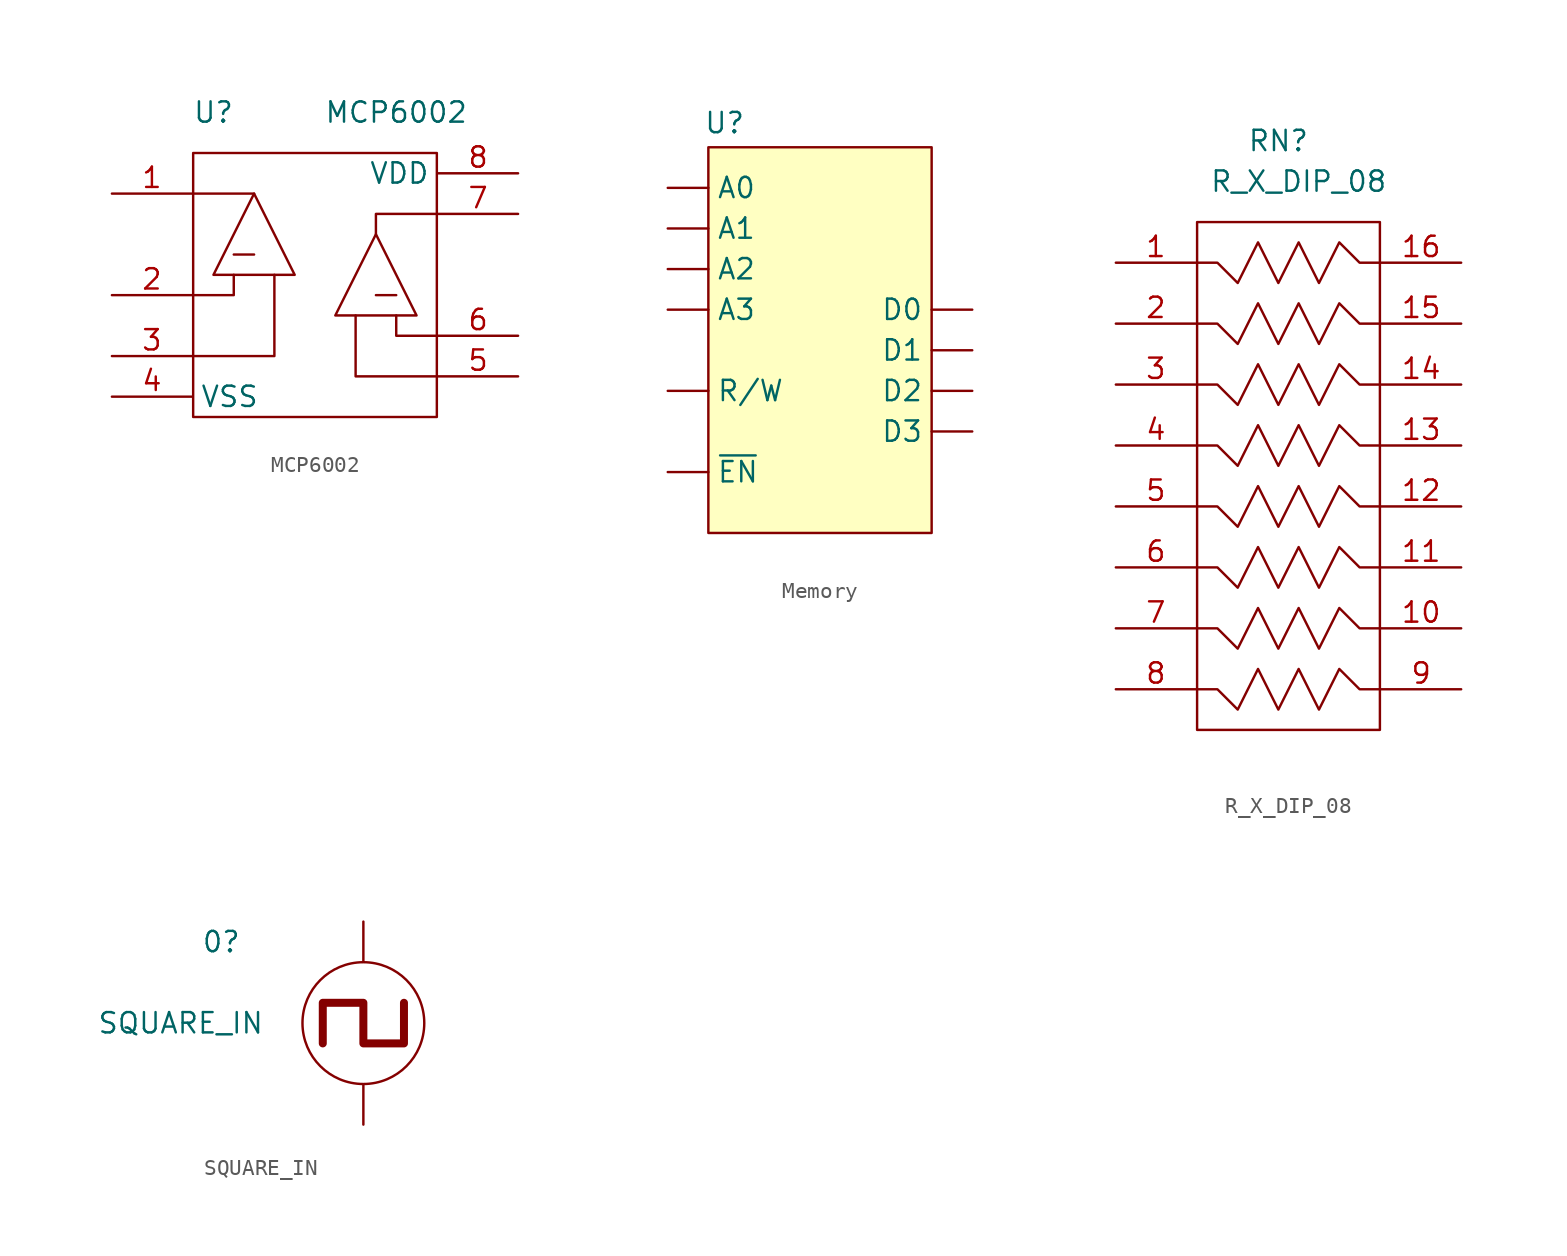
<source format=kicad_sym>
(kicad_symbol_lib
  (version 20231120)
  (generator "kicad_symbol_editor")
  (generator_version "8.0")
  (symbol "MCP6002"
    (property "Reference" "U"
      (at -3.81 2.54 0)
      (effects (font (size 1.27 1.27))))
    (property "Value" "MCP6002"
      (at 7.62 2.54 0)
      (effects (font (size 1.27 1.27))))
    (symbol "MCP6002_0_1"
      (rectangle (start -5.08 0) (end 10.16 -16.51) (stroke (width 0) (type default)) (fill (type none)))
      (polyline (pts (xy -2.54 -6.35) (xy -1.27 -6.35)) (stroke (width 0) (type default)) (fill (type none)))
      (polyline (pts (xy -1.27 -2.54) (xy -5.08 -2.54)) (stroke (width 0) (type default)) (fill (type none)))
      (polyline (pts (xy 6.35 -8.89) (xy 7.62 -8.89)) (stroke (width 0) (type default)) (fill (type none)))
      (polyline (pts (xy -2.54 -7.62) (xy -2.54 -8.89) (xy -5.08 -8.89)) (stroke (width 0) (type default)) (fill (type none)))
      (polyline (pts (xy 0 -7.62) (xy 0 -12.7) (xy -5.08 -12.7)) (stroke (width 0) (type default)) (fill (type none)))
      (polyline (pts (xy 5.08 -10.16) (xy 5.08 -13.97) (xy 10.16 -13.97)) (stroke (width 0) (type default)) (fill (type none)))
      (polyline (pts (xy 6.35 -5.08) (xy 6.35 -3.81) (xy 10.16 -3.81)) (stroke (width 0) (type default)) (fill (type none)))
      (polyline (pts (xy -1.27 -2.54) (xy -3.81 -7.62) (xy 1.27 -7.62) (xy -1.27 -2.54)) (stroke (width 0) (type default)) (fill (type none)))
      (polyline (pts (xy 6.35 -5.08) (xy 3.81 -10.16) (xy 8.89 -10.16) (xy 6.35 -5.08)) (stroke (width 0) (type default)) (fill (type none)))
      (polyline (pts (xy 7.62 -10.16) (xy 7.62 -11.43) (xy 10.16 -11.43) (xy 8.89 -11.43)) (stroke (width 0) (type default)) (fill (type none))))
    (symbol "MCP6002_1_1"
      (pin output line (at -10.16 -2.54 0) (length 5) (name "" (effects (font (size 1.27 1.27)))) (number "1" (effects (font (size 1.27 1.27)))))
      (pin input line (at -10.16 -8.89 0) (length 5) (name "" (effects (font (size 1.27 1.27)))) (number "2" (effects (font (size 1.27 1.27)))))
      (pin input line (at -10.16 -12.7 0) (length 5) (name "" (effects (font (size 1.27 1.27)))) (number "3" (effects (font (size 1.27 1.27)))))
      (pin input line (at -10.16 -15.24 0) (length 5) (name "VSS" (effects (font (size 1.27 1.27)))) (number "4" (effects (font (size 1.27 1.27)))))
      (pin input line (at 15.24 -13.97 180) (length 5) (name "" (effects (font (size 1.27 1.27)))) (number "5" (effects (font (size 1.27 1.27)))))
      (pin input line (at 15.24 -11.43 180) (length 5) (name "" (effects (font (size 1.27 1.27)))) (number "6" (effects (font (size 1.27 1.27)))))
      (pin output line (at 15.24 -3.81 180) (length 5) (name "" (effects (font (size 1.27 1.27)))) (number "7" (effects (font (size 1.27 1.27)))))
      (pin input line (at 15.24 -1.27 180) (length 5) (name "VDD" (effects (font (size 1.27 1.27)))) (number "8" (effects (font (size 1.27 1.27)))))))
  (symbol "Memory"
    (property "Reference" "U"
      (at 1.016 1.524 0)
      (effects (font (size 1.27 1.27))))
    (property "Value" ""
      (at 2.54 0 0)
      (effects (font (size 1.27 1.27))))
    (symbol "Memory_1_1"
      (rectangle (start 0 0) (end 13.97 -24.13) (stroke (width 0) (type default)) (fill (type background)))
      (pin input line (at -2.54 -2.54 0) (length 2.54) (name "A0" (effects (font (size 1.27 1.27)))) (number "" (effects (font (size 1.27 1.27)))))
      (pin input line (at -2.54 -5.08 0) (length 2.54) (name "A1" (effects (font (size 1.27 1.27)))) (number "" (effects (font (size 1.27 1.27)))))
      (pin input line (at -2.54 -7.62 0) (length 2.54) (name "A2" (effects (font (size 1.27 1.27)))) (number "" (effects (font (size 1.27 1.27)))))
      (pin input line (at -2.54 -10.16 0) (length 2.54) (name "A3" (effects (font (size 1.27 1.27)))) (number "" (effects (font (size 1.27 1.27)))))
      (pin input line (at 16.51 -10.16 180) (length 2.54) (name "D0" (effects (font (size 1.27 1.27)))) (number "" (effects (font (size 1.27 1.27)))))
      (pin input line (at 16.51 -12.7 180) (length 2.54) (name "D1" (effects (font (size 1.27 1.27)))) (number "" (effects (font (size 1.27 1.27)))))
      (pin input line (at 16.51 -15.24 180) (length 2.54) (name "D2" (effects (font (size 1.27 1.27)))) (number "" (effects (font (size 1.27 1.27)))))
      (pin input line (at 16.51 -17.78 180) (length 2.54) (name "D3" (effects (font (size 1.27 1.27)))) (number "" (effects (font (size 1.27 1.27)))))
      (pin input line (at -2.54 -15.24 0) (length 2.54) (name "R/W" (effects (font (size 1.27 1.27)))) (number "" (effects (font (size 1.27 1.27)))))
      (pin input line (at -2.54 -20.32 0) (length 2.54) (name "~{EN}" (effects (font (size 1.27 1.27)))) (number "" (effects (font (size 1.27 1.27)))))))
  (symbol "R_X_DIP_08"
    (property "Reference" "RN"
      (at 0 2.54 0)
      (effects (font (size 1.27 1.27))))
    (property "Value" "R_X_DIP_08"
      (at 1.27 0 0)
      (effects (font (size 1.27 1.27))))
    (symbol "R_X_DIP_08_0_1"
      (rectangle (start -5.08 -2.54) (end 6.35 -34.29) (stroke (width 0) (type default)) (fill (type none)))
      (polyline (pts (xy -5.08 -31.75) (xy -3.81 -31.75) (xy -2.54 -33.02) (xy -1.27 -30.48) (xy 0 -33.02) (xy 1.27 -30.48) (xy 2.54 -33.02) (xy 3.81 -30.48) (xy 5.08 -31.75) (xy 6.35 -31.75)) (stroke (width 0) (type default)) (fill (type none)))
      (polyline (pts (xy -5.08 -27.94) (xy -3.81 -27.94) (xy -2.54 -29.21) (xy -1.27 -26.67) (xy 0 -29.21) (xy 1.27 -26.67) (xy 2.54 -29.21) (xy 3.81 -26.67) (xy 5.08 -27.94) (xy 6.35 -27.94)) (stroke (width 0) (type default)) (fill (type none)))
      (polyline (pts (xy -5.08 -24.13) (xy -3.81 -24.13) (xy -2.54 -25.4) (xy -1.27 -22.86) (xy 0 -25.4) (xy 1.27 -22.86) (xy 2.54 -25.4) (xy 3.81 -22.86) (xy 5.08 -24.13) (xy 6.35 -24.13)) (stroke (width 0) (type default)) (fill (type none)))
      (polyline (pts (xy -5.08 -20.32) (xy -3.81 -20.32) (xy -2.54 -21.59) (xy -1.27 -19.05) (xy 0 -21.59) (xy 1.27 -19.05) (xy 2.54 -21.59) (xy 3.81 -19.05) (xy 5.08 -20.32) (xy 6.35 -20.32)) (stroke (width 0) (type default)) (fill (type none)))
      (polyline (pts (xy -5.08 -16.51) (xy -3.81 -16.51) (xy -2.54 -17.78) (xy -1.27 -15.24) (xy 0 -17.78) (xy 1.27 -15.24) (xy 2.54 -17.78) (xy 3.81 -15.24) (xy 5.08 -16.51) (xy 6.35 -16.51)) (stroke (width 0) (type default)) (fill (type none)))
      (polyline (pts (xy -5.08 -12.7) (xy -3.81 -12.7) (xy -2.54 -13.97) (xy -1.27 -11.43) (xy 0 -13.97) (xy 1.27 -11.43) (xy 2.54 -13.97) (xy 3.81 -11.43) (xy 5.08 -12.7) (xy 6.35 -12.7)) (stroke (width 0) (type default)) (fill (type none)))
      (polyline (pts (xy -5.08 -8.89) (xy -3.81 -8.89) (xy -2.54 -10.16) (xy -1.27 -7.62) (xy 0 -10.16) (xy 1.27 -7.62) (xy 2.54 -10.16) (xy 3.81 -7.62) (xy 5.08 -8.89) (xy 6.35 -8.89)) (stroke (width 0) (type default)) (fill (type none)))
      (polyline (pts (xy -5.08 -5.08) (xy -3.81 -5.08) (xy -2.54 -6.35) (xy -1.27 -3.81) (xy 0 -6.35) (xy 1.27 -3.81) (xy 2.54 -6.35) (xy 3.81 -3.81) (xy 5.08 -5.08) (xy 6.35 -5.08)) (stroke (width 0) (type default)) (fill (type none))))
    (symbol "R_X_DIP_08_1_1"
      (pin input line (at -10.16 -5.08 0) (length 5) (name "" (effects (font (size 1.27 1.27)))) (number "1" (effects (font (size 1.27 1.27)))))
      (pin output line (at 11.43 -27.94 180) (length 5) (name "" (effects (font (size 1.27 1.27)))) (number "10" (effects (font (size 1.27 1.27)))))
      (pin output line (at 11.43 -24.13 180) (length 5) (name "" (effects (font (size 1.27 1.27)))) (number "11" (effects (font (size 1.27 1.27)))))
      (pin output line (at 11.43 -20.32 180) (length 5) (name "" (effects (font (size 1.27 1.27)))) (number "12" (effects (font (size 1.27 1.27)))))
      (pin output line (at 11.43 -16.51 180) (length 5) (name "" (effects (font (size 1.27 1.27)))) (number "13" (effects (font (size 1.27 1.27)))))
      (pin output line (at 11.43 -12.7 180) (length 5) (name "" (effects (font (size 1.27 1.27)))) (number "14" (effects (font (size 1.27 1.27)))))
      (pin output line (at 11.43 -8.89 180) (length 5) (name "" (effects (font (size 1.27 1.27)))) (number "15" (effects (font (size 1.27 1.27)))))
      (pin output line (at 11.43 -5.08 180) (length 5) (name "" (effects (font (size 1.27 1.27)))) (number "16" (effects (font (size 1.27 1.27)))))
      (pin input line (at -10.16 -8.89 0) (length 5) (name "" (effects (font (size 1.27 1.27)))) (number "2" (effects (font (size 1.27 1.27)))))
      (pin input line (at -10.16 -12.7 0) (length 5) (name "" (effects (font (size 1.27 1.27)))) (number "3" (effects (font (size 1.27 1.27)))))
      (pin input line (at -10.16 -16.51 0) (length 5) (name "" (effects (font (size 1.27 1.27)))) (number "4" (effects (font (size 1.27 1.27)))))
      (pin input line (at -10.16 -20.32 0) (length 5) (name "" (effects (font (size 1.27 1.27)))) (number "5" (effects (font (size 1.27 1.27)))))
      (pin input line (at -10.16 -24.13 0) (length 5) (name "" (effects (font (size 1.27 1.27)))) (number "6" (effects (font (size 1.27 1.27)))))
      (pin input line (at -10.16 -27.94 0) (length 5) (name "" (effects (font (size 1.27 1.27)))) (number "7" (effects (font (size 1.27 1.27)))))
      (pin input line (at -10.16 -31.75 0) (length 5) (name "" (effects (font (size 1.27 1.27)))) (number "8" (effects (font (size 1.27 1.27)))))
      (pin output line (at 11.43 -31.75 180) (length 5) (name "" (effects (font (size 1.27 1.27)))) (number "9" (effects (font (size 1.27 1.27)))))))
  (symbol "SQUARE_IN"
    (power)
    (property "Reference" "0"
      (at -8.89 0 0)
      (effects (font (size 1.27 1.27))))
    (property "Value" "SQUARE_IN"
      (at -11.43 -5.08 0)
      (effects (font (size 1.27 1.27))))
    (symbol "SQUARE_IN_0_1"
      (circle (center 0 -5.08) (radius 3.81) (stroke (width 0) (type default)) (fill (type none)))
      (polyline (pts (xy 1.27 -6.35) (xy 2.54 -6.35)) (stroke (width 0) (type default)) (fill (type none)))
      (polyline (pts (xy -2.54 -6.35) (xy -2.54 -3.81) (xy 0 -3.81) (xy 0 -6.35) (xy 2.54 -6.35) (xy 2.54 -3.81)) (stroke (width 0.5) (type default)) (fill (type none))))
    (symbol "SQUARE_IN_1_1"
      (pin output line (at 0 -11.43 90) (length 2.5) (name "" (effects (font (size 1.27 1.27)))) (number "" (effects (font (size 1.27 1.27)))))
      (pin input line (at 0 1.27 270) (length 2.5) (name "" (effects (font (size 1.27 1.27)))) (number "" (effects (font (size 1.27 1.27))))))))
</source>
